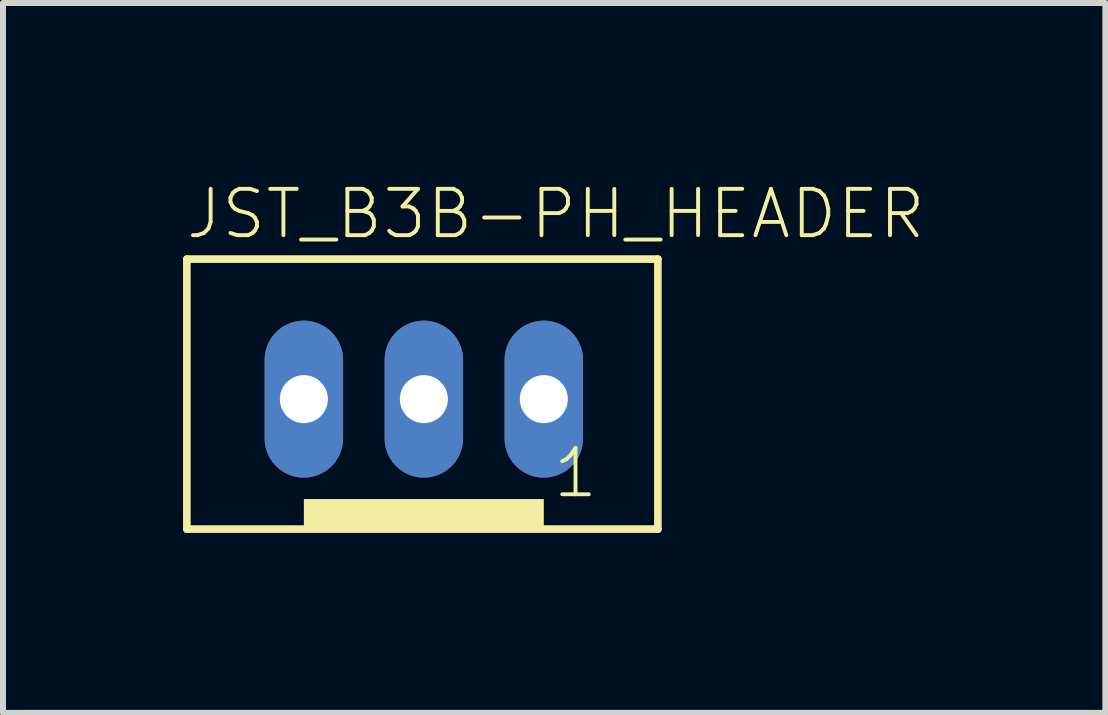
<source format=kicad_pcb>
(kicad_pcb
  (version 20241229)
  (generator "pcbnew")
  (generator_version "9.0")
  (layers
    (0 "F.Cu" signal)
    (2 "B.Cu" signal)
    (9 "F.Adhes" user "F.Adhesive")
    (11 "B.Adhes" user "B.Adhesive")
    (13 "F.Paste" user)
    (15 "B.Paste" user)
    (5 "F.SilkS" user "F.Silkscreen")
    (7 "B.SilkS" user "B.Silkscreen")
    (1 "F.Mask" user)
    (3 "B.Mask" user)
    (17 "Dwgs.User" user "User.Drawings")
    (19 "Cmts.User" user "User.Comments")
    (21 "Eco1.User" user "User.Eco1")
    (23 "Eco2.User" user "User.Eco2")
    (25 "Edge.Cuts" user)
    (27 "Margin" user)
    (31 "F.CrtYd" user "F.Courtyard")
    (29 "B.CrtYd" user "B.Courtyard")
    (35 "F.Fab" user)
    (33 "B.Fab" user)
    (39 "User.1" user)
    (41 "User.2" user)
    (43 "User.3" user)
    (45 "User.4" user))
  (footprint "JST_B3B-PH_HEADER"
    (layer "F.Cu")
    (at 3.986 3.65)
    (property "Reference" "JST_B3B-PH_HEADER" (at -3.973 -2.683 0) (layer "F.SilkS") (effects (font (size 0.772 0.772) (thickness 0.065)) (justify left bottom)))
    (attr through_hole)
    (fp_line (start -3.922 -2.382) (end 3.928 -2.382) (stroke (width 0.127) (type solid)) (layer "F.SilkS"))
    (fp_line (start -3.922 2.118) (end -3.922 -2.382) (stroke (width 0.127) (type solid)) (layer "F.SilkS"))
    (fp_line (start 3.928 -2.382) (end 3.928 2.118) (stroke (width 0.127) (type solid)) (layer "F.SilkS"))
    (fp_line (start 3.928 2.118) (end -3.922 2.118) (stroke (width 0.127) (type solid)) (layer "F.SilkS"))
    (fp_poly (pts (xy -1.972 2.118) (xy 2.027 2.118) (xy 2.027 1.617) (xy -1.972 1.617)) (stroke (width 0) (type solid)) (fill yes) (layer "F.SilkS"))
    (fp_text user "1" (at 2.145 1.635 0) (layer "F.SilkS") (effects (font (size 0.772 0.772) (thickness 0.065)) (justify left bottom)))
    (pad "1" thru_hole oval (at 2.027 -0.048 90) (size 2.616 1.308) (drill 0.8) (layers "*.Cu" "*.Mask"))
    (pad "2" thru_hole oval (at 0.028 -0.048 90) (size 2.616 1.308) (drill 0.8) (layers "*.Cu" "*.Mask"))
    (pad "3" thru_hole oval (at -1.972 -0.048 90) (size 2.616 1.308) (drill 0.8) (layers "*.Cu" "*.Mask")))
  (gr_rect
    (start -3 -3)
    (end 15.372 8.831)
    (stroke (width 0.1) (type default))
    (fill no)
    (layer "Edge.Cuts")))
</source>
